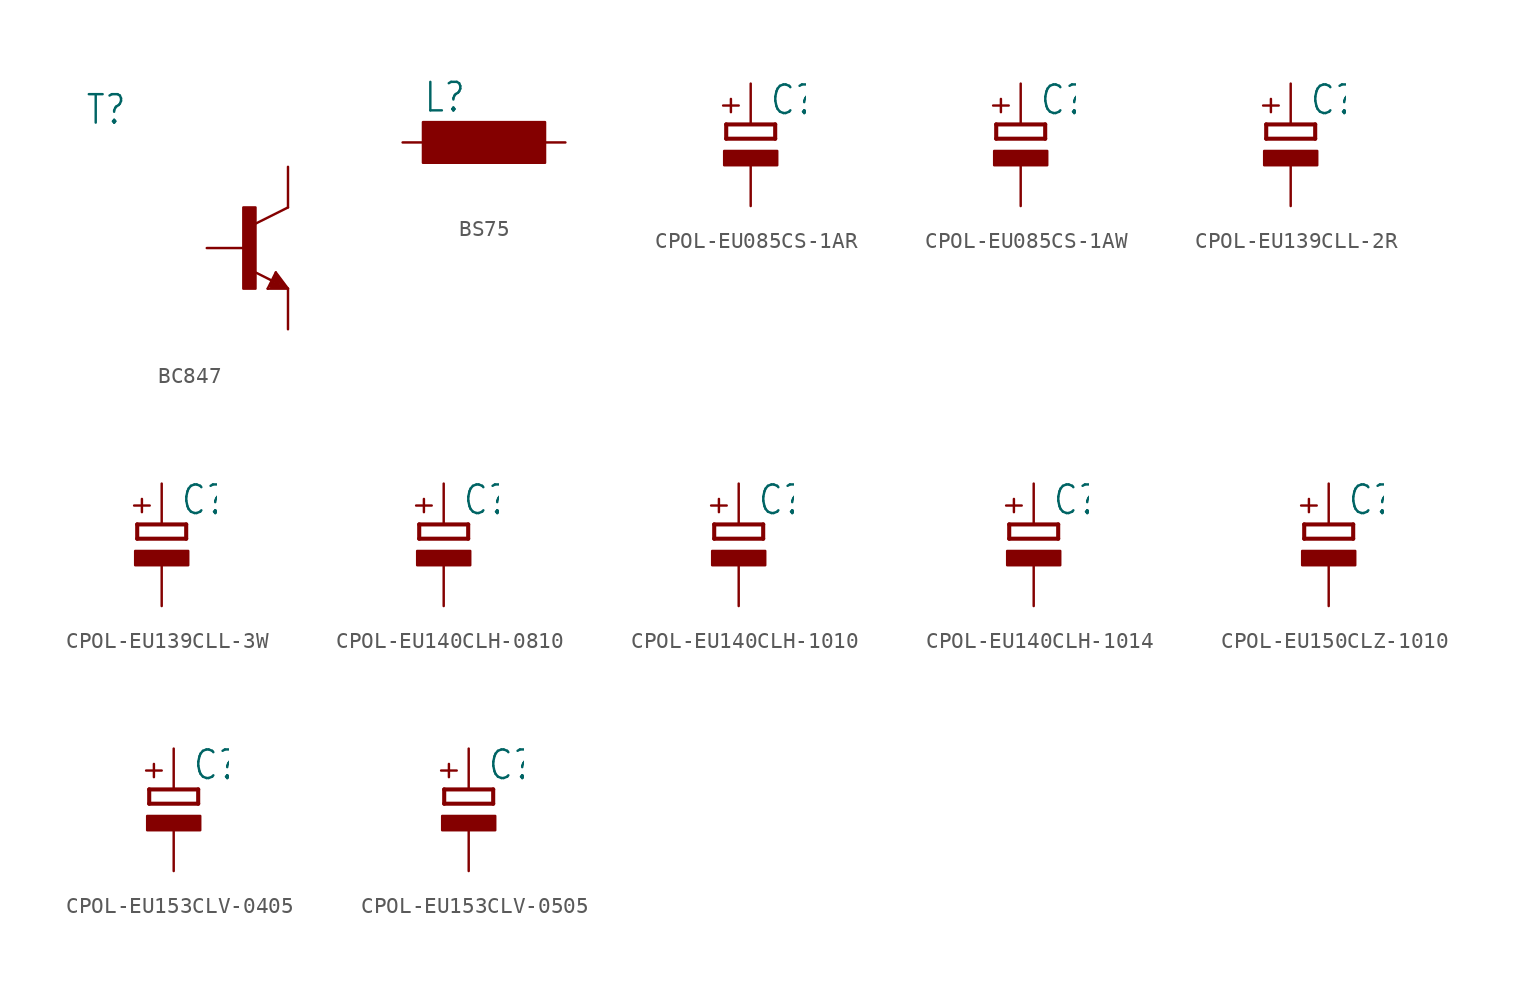
<source format=kicad_sym>
(kicad_symbol_lib
  (version 20231120)
  (generator "kicad_symbol_editor")
  (generator_version "8.99")
  (symbol "BC847"
    (property "Reference" "T"
      (at -10.16 7.62 0)
      (effects (font (size 1.778 1.511)) (justify left bottom)))
    (property "Value" ""
      (at -10.16 5.08 0)
      (effects (font (size 1.778 1.511)) (justify left bottom)))
    (property "ki_locked" ""
      (at 0 0 0)
      (effects (font (size 1.27 1.27))))
    (symbol "BC847_1_0"
      (rectangle (start -0.254 -2.54) (end 0.508 2.54) (stroke (width 0) (type default)) (fill (type outline)))
      (polyline (pts (xy 1.27 -2.54) (xy 1.778 -1.524)) (stroke (width 0.152) (type solid)) (fill (type none)))
      (polyline (pts (xy 1.524 -2.286) (xy 1.905 -2.286)) (stroke (width 0.254) (type solid)) (fill (type none)))
      (polyline (pts (xy 1.524 -2.413) (xy 2.286 -2.413)) (stroke (width 0.254) (type solid)) (fill (type none)))
      (polyline (pts (xy 1.54 -2.04) (xy 0.308 -1.424)) (stroke (width 0.152) (type solid)) (fill (type none)))
      (polyline (pts (xy 1.778 -1.524) (xy 2.54 -2.54)) (stroke (width 0.152) (type solid)) (fill (type none)))
      (polyline (pts (xy 1.778 -1.778) (xy 1.524 -2.286)) (stroke (width 0.254) (type solid)) (fill (type none)))
      (polyline (pts (xy 1.905 -2.286) (xy 1.778 -2.032)) (stroke (width 0.254) (type solid)) (fill (type none)))
      (polyline (pts (xy 2.286 -2.413) (xy 1.778 -1.778)) (stroke (width 0.254) (type solid)) (fill (type none)))
      (polyline (pts (xy 2.54 2.54) (xy 0.508 1.524)) (stroke (width 0.152) (type solid)) (fill (type none)))
      (polyline (pts (xy 2.54 -2.54) (xy 1.27 -2.54)) (stroke (width 0.152) (type solid)) (fill (type none)))
      (pin passive line (at -2.54 0 0) (length 2.54) (name "B" (effects (font (size 0 0)))) (number "1" (effects (font (size 0 0)))))
      (pin passive line (at 2.54 5.08 270) (length 2.54) (name "C" (effects (font (size 0 0)))) (number "3" (effects (font (size 0 0)))))
      (pin passive line (at 2.54 -5.08 90) (length 2.54) (name "E" (effects (font (size 0 0)))) (number "2" (effects (font (size 0 0)))))))
  (symbol "BS75"
    (property "Reference" "L"
      (at -3.81 1.778 0)
      (effects (font (size 1.778 1.511)) (justify left bottom)))
    (property "Value" ""
      (at -3.81 -3.556 0)
      (effects (font (size 1.778 1.511)) (justify left bottom)))
    (property "ki_locked" ""
      (at 0 0 0)
      (effects (font (size 1.27 1.27))))
    (symbol "BS75_1_0"
      (rectangle (start -3.81 -1.27) (end 3.81 1.27) (stroke (width 0) (type default)) (fill (type outline)))
      (pin passive line (at -5.08 0 0) (length 2.54) (name "1" (effects (font (size 0 0)))) (number "1" (effects (font (size 0 0)))))
      (pin passive line (at 5.08 0 180) (length 2.54) (name "2" (effects (font (size 0 0)))) (number "2" (effects (font (size 0 0)))))))
  (symbol "CPOL-EU085CS-1AR"
    (property "Reference" "C"
      (at 1.143 0.483 0)
      (effects (font (size 1.778 1.511)) (justify left bottom)))
    (property "Value" ""
      (at 1.143 -4.597 0)
      (effects (font (size 1.778 1.511)) (justify left bottom)))
    (property "ki_locked" ""
      (at 0 0 0)
      (effects (font (size 1.27 1.27))))
    (symbol "CPOL-EU085CS-1AR_1_0"
      (rectangle (start -1.651 -2.54) (end 1.651 -1.651) (stroke (width 0) (type default)) (fill (type outline)))
      (polyline (pts (xy -1.524 0) (xy 1.524 0)) (stroke (width 0.254) (type solid)) (fill (type none)))
      (polyline (pts (xy -1.524 0) (xy -1.524 -0.889)) (stroke (width 0.254) (type solid)) (fill (type none)))
      (polyline (pts (xy -1.524 -0.889) (xy 1.524 -0.889)) (stroke (width 0.254) (type solid)) (fill (type none)))
      (polyline (pts (xy 1.524 -0.889) (xy 1.524 0)) (stroke (width 0.254) (type solid)) (fill (type none)))
      (text "+" (at -0.584 0.406 900) (effects (font (size 1.27 1.079)) (justify left bottom)))
      (pin passive line (at 0 2.54 270) (length 2.54) (name "+" (effects (font (size 0 0)))) (number "+" (effects (font (size 0 0)))))
      (pin passive line (at 0 -5.08 90) (length 2.54) (name "-" (effects (font (size 0 0)))) (number "-" (effects (font (size 0 0)))))))
  (symbol "CPOL-EU085CS-1AW"
    (property "Reference" "C"
      (at 1.143 0.483 0)
      (effects (font (size 1.778 1.511)) (justify left bottom)))
    (property "Value" ""
      (at 1.143 -4.597 0)
      (effects (font (size 1.778 1.511)) (justify left bottom)))
    (property "ki_locked" ""
      (at 0 0 0)
      (effects (font (size 1.27 1.27))))
    (symbol "CPOL-EU085CS-1AW_1_0"
      (rectangle (start -1.651 -2.54) (end 1.651 -1.651) (stroke (width 0) (type default)) (fill (type outline)))
      (polyline (pts (xy -1.524 0) (xy 1.524 0)) (stroke (width 0.254) (type solid)) (fill (type none)))
      (polyline (pts (xy -1.524 0) (xy -1.524 -0.889)) (stroke (width 0.254) (type solid)) (fill (type none)))
      (polyline (pts (xy -1.524 -0.889) (xy 1.524 -0.889)) (stroke (width 0.254) (type solid)) (fill (type none)))
      (polyline (pts (xy 1.524 -0.889) (xy 1.524 0)) (stroke (width 0.254) (type solid)) (fill (type none)))
      (text "+" (at -0.584 0.406 900) (effects (font (size 1.27 1.079)) (justify left bottom)))
      (pin passive line (at 0 2.54 270) (length 2.54) (name "+" (effects (font (size 0 0)))) (number "+" (effects (font (size 0 0)))))
      (pin passive line (at 0 -5.08 90) (length 2.54) (name "-" (effects (font (size 0 0)))) (number "-" (effects (font (size 0 0)))))))
  (symbol "CPOL-EU139CLL-2R"
    (property "Reference" "C"
      (at 1.143 0.483 0)
      (effects (font (size 1.778 1.511)) (justify left bottom)))
    (property "Value" ""
      (at 1.143 -4.597 0)
      (effects (font (size 1.778 1.511)) (justify left bottom)))
    (property "ki_locked" ""
      (at 0 0 0)
      (effects (font (size 1.27 1.27))))
    (symbol "CPOL-EU139CLL-2R_1_0"
      (rectangle (start -1.651 -2.54) (end 1.651 -1.651) (stroke (width 0) (type default)) (fill (type outline)))
      (polyline (pts (xy -1.524 0) (xy 1.524 0)) (stroke (width 0.254) (type solid)) (fill (type none)))
      (polyline (pts (xy -1.524 0) (xy -1.524 -0.889)) (stroke (width 0.254) (type solid)) (fill (type none)))
      (polyline (pts (xy -1.524 -0.889) (xy 1.524 -0.889)) (stroke (width 0.254) (type solid)) (fill (type none)))
      (polyline (pts (xy 1.524 -0.889) (xy 1.524 0)) (stroke (width 0.254) (type solid)) (fill (type none)))
      (text "+" (at -0.584 0.406 900) (effects (font (size 1.27 1.079)) (justify left bottom)))
      (pin passive line (at 0 2.54 270) (length 2.54) (name "+" (effects (font (size 0 0)))) (number "+" (effects (font (size 0 0)))))
      (pin passive line (at 0 -5.08 90) (length 2.54) (name "-" (effects (font (size 0 0)))) (number "-" (effects (font (size 0 0)))))))
  (symbol "CPOL-EU139CLL-3W"
    (property "Reference" "C"
      (at 1.143 0.483 0)
      (effects (font (size 1.778 1.511)) (justify left bottom)))
    (property "Value" ""
      (at 1.143 -4.597 0)
      (effects (font (size 1.778 1.511)) (justify left bottom)))
    (property "ki_locked" ""
      (at 0 0 0)
      (effects (font (size 1.27 1.27))))
    (symbol "CPOL-EU139CLL-3W_1_0"
      (rectangle (start -1.651 -2.54) (end 1.651 -1.651) (stroke (width 0) (type default)) (fill (type outline)))
      (polyline (pts (xy -1.524 0) (xy 1.524 0)) (stroke (width 0.254) (type solid)) (fill (type none)))
      (polyline (pts (xy -1.524 0) (xy -1.524 -0.889)) (stroke (width 0.254) (type solid)) (fill (type none)))
      (polyline (pts (xy -1.524 -0.889) (xy 1.524 -0.889)) (stroke (width 0.254) (type solid)) (fill (type none)))
      (polyline (pts (xy 1.524 -0.889) (xy 1.524 0)) (stroke (width 0.254) (type solid)) (fill (type none)))
      (text "+" (at -0.584 0.406 900) (effects (font (size 1.27 1.079)) (justify left bottom)))
      (pin passive line (at 0 2.54 270) (length 2.54) (name "+" (effects (font (size 0 0)))) (number "+" (effects (font (size 0 0)))))
      (pin passive line (at 0 -5.08 90) (length 2.54) (name "-" (effects (font (size 0 0)))) (number "-" (effects (font (size 0 0)))))))
  (symbol "CPOL-EU140CLH-0810"
    (property "Reference" "C"
      (at 1.143 0.483 0)
      (effects (font (size 1.778 1.511)) (justify left bottom)))
    (property "Value" ""
      (at 1.143 -4.597 0)
      (effects (font (size 1.778 1.511)) (justify left bottom)))
    (property "ki_locked" ""
      (at 0 0 0)
      (effects (font (size 1.27 1.27))))
    (symbol "CPOL-EU140CLH-0810_1_0"
      (rectangle (start -1.651 -2.54) (end 1.651 -1.651) (stroke (width 0) (type default)) (fill (type outline)))
      (polyline (pts (xy -1.524 0) (xy 1.524 0)) (stroke (width 0.254) (type solid)) (fill (type none)))
      (polyline (pts (xy -1.524 0) (xy -1.524 -0.889)) (stroke (width 0.254) (type solid)) (fill (type none)))
      (polyline (pts (xy -1.524 -0.889) (xy 1.524 -0.889)) (stroke (width 0.254) (type solid)) (fill (type none)))
      (polyline (pts (xy 1.524 -0.889) (xy 1.524 0)) (stroke (width 0.254) (type solid)) (fill (type none)))
      (text "+" (at -0.584 0.406 900) (effects (font (size 1.27 1.079)) (justify left bottom)))
      (pin passive line (at 0 2.54 270) (length 2.54) (name "+" (effects (font (size 0 0)))) (number "+" (effects (font (size 0 0)))))
      (pin passive line (at 0 -5.08 90) (length 2.54) (name "-" (effects (font (size 0 0)))) (number "-" (effects (font (size 0 0)))))))
  (symbol "CPOL-EU140CLH-1010"
    (property "Reference" "C"
      (at 1.143 0.483 0)
      (effects (font (size 1.778 1.511)) (justify left bottom)))
    (property "Value" ""
      (at 1.143 -4.597 0)
      (effects (font (size 1.778 1.511)) (justify left bottom)))
    (property "ki_locked" ""
      (at 0 0 0)
      (effects (font (size 1.27 1.27))))
    (symbol "CPOL-EU140CLH-1010_1_0"
      (rectangle (start -1.651 -2.54) (end 1.651 -1.651) (stroke (width 0) (type default)) (fill (type outline)))
      (polyline (pts (xy -1.524 0) (xy 1.524 0)) (stroke (width 0.254) (type solid)) (fill (type none)))
      (polyline (pts (xy -1.524 0) (xy -1.524 -0.889)) (stroke (width 0.254) (type solid)) (fill (type none)))
      (polyline (pts (xy -1.524 -0.889) (xy 1.524 -0.889)) (stroke (width 0.254) (type solid)) (fill (type none)))
      (polyline (pts (xy 1.524 -0.889) (xy 1.524 0)) (stroke (width 0.254) (type solid)) (fill (type none)))
      (text "+" (at -0.584 0.406 900) (effects (font (size 1.27 1.079)) (justify left bottom)))
      (pin passive line (at 0 2.54 270) (length 2.54) (name "+" (effects (font (size 0 0)))) (number "+" (effects (font (size 0 0)))))
      (pin passive line (at 0 -5.08 90) (length 2.54) (name "-" (effects (font (size 0 0)))) (number "-" (effects (font (size 0 0)))))))
  (symbol "CPOL-EU140CLH-1014"
    (property "Reference" "C"
      (at 1.143 0.483 0)
      (effects (font (size 1.778 1.511)) (justify left bottom)))
    (property "Value" ""
      (at 1.143 -4.597 0)
      (effects (font (size 1.778 1.511)) (justify left bottom)))
    (property "ki_locked" ""
      (at 0 0 0)
      (effects (font (size 1.27 1.27))))
    (symbol "CPOL-EU140CLH-1014_1_0"
      (rectangle (start -1.651 -2.54) (end 1.651 -1.651) (stroke (width 0) (type default)) (fill (type outline)))
      (polyline (pts (xy -1.524 0) (xy 1.524 0)) (stroke (width 0.254) (type solid)) (fill (type none)))
      (polyline (pts (xy -1.524 0) (xy -1.524 -0.889)) (stroke (width 0.254) (type solid)) (fill (type none)))
      (polyline (pts (xy -1.524 -0.889) (xy 1.524 -0.889)) (stroke (width 0.254) (type solid)) (fill (type none)))
      (polyline (pts (xy 1.524 -0.889) (xy 1.524 0)) (stroke (width 0.254) (type solid)) (fill (type none)))
      (text "+" (at -0.584 0.406 900) (effects (font (size 1.27 1.079)) (justify left bottom)))
      (pin passive line (at 0 2.54 270) (length 2.54) (name "+" (effects (font (size 0 0)))) (number "+" (effects (font (size 0 0)))))
      (pin passive line (at 0 -5.08 90) (length 2.54) (name "-" (effects (font (size 0 0)))) (number "-" (effects (font (size 0 0)))))))
  (symbol "CPOL-EU150CLZ-1010"
    (property "Reference" "C"
      (at 1.143 0.483 0)
      (effects (font (size 1.778 1.511)) (justify left bottom)))
    (property "Value" ""
      (at 1.143 -4.597 0)
      (effects (font (size 1.778 1.511)) (justify left bottom)))
    (property "ki_locked" ""
      (at 0 0 0)
      (effects (font (size 1.27 1.27))))
    (symbol "CPOL-EU150CLZ-1010_1_0"
      (rectangle (start -1.651 -2.54) (end 1.651 -1.651) (stroke (width 0) (type default)) (fill (type outline)))
      (polyline (pts (xy -1.524 0) (xy 1.524 0)) (stroke (width 0.254) (type solid)) (fill (type none)))
      (polyline (pts (xy -1.524 0) (xy -1.524 -0.889)) (stroke (width 0.254) (type solid)) (fill (type none)))
      (polyline (pts (xy -1.524 -0.889) (xy 1.524 -0.889)) (stroke (width 0.254) (type solid)) (fill (type none)))
      (polyline (pts (xy 1.524 -0.889) (xy 1.524 0)) (stroke (width 0.254) (type solid)) (fill (type none)))
      (text "+" (at -0.584 0.406 900) (effects (font (size 1.27 1.079)) (justify left bottom)))
      (pin passive line (at 0 2.54 270) (length 2.54) (name "+" (effects (font (size 0 0)))) (number "+" (effects (font (size 0 0)))))
      (pin passive line (at 0 -5.08 90) (length 2.54) (name "-" (effects (font (size 0 0)))) (number "-" (effects (font (size 0 0)))))))
  (symbol "CPOL-EU153CLV-0405"
    (property "Reference" "C"
      (at 1.143 0.483 0)
      (effects (font (size 1.778 1.511)) (justify left bottom)))
    (property "Value" ""
      (at 1.143 -4.597 0)
      (effects (font (size 1.778 1.511)) (justify left bottom)))
    (property "ki_locked" ""
      (at 0 0 0)
      (effects (font (size 1.27 1.27))))
    (symbol "CPOL-EU153CLV-0405_1_0"
      (rectangle (start -1.651 -2.54) (end 1.651 -1.651) (stroke (width 0) (type default)) (fill (type outline)))
      (polyline (pts (xy -1.524 0) (xy 1.524 0)) (stroke (width 0.254) (type solid)) (fill (type none)))
      (polyline (pts (xy -1.524 0) (xy -1.524 -0.889)) (stroke (width 0.254) (type solid)) (fill (type none)))
      (polyline (pts (xy -1.524 -0.889) (xy 1.524 -0.889)) (stroke (width 0.254) (type solid)) (fill (type none)))
      (polyline (pts (xy 1.524 -0.889) (xy 1.524 0)) (stroke (width 0.254) (type solid)) (fill (type none)))
      (text "+" (at -0.584 0.406 900) (effects (font (size 1.27 1.079)) (justify left bottom)))
      (pin passive line (at 0 2.54 270) (length 2.54) (name "+" (effects (font (size 0 0)))) (number "+" (effects (font (size 0 0)))))
      (pin passive line (at 0 -5.08 90) (length 2.54) (name "-" (effects (font (size 0 0)))) (number "-" (effects (font (size 0 0)))))))
  (symbol "CPOL-EU153CLV-0505"
    (property "Reference" "C"
      (at 1.143 0.483 0)
      (effects (font (size 1.778 1.511)) (justify left bottom)))
    (property "Value" ""
      (at 1.143 -4.597 0)
      (effects (font (size 1.778 1.511)) (justify left bottom)))
    (property "ki_locked" ""
      (at 0 0 0)
      (effects (font (size 1.27 1.27))))
    (symbol "CPOL-EU153CLV-0505_1_0"
      (rectangle (start -1.651 -2.54) (end 1.651 -1.651) (stroke (width 0) (type default)) (fill (type outline)))
      (polyline (pts (xy -1.524 0) (xy 1.524 0)) (stroke (width 0.254) (type solid)) (fill (type none)))
      (polyline (pts (xy -1.524 0) (xy -1.524 -0.889)) (stroke (width 0.254) (type solid)) (fill (type none)))
      (polyline (pts (xy -1.524 -0.889) (xy 1.524 -0.889)) (stroke (width 0.254) (type solid)) (fill (type none)))
      (polyline (pts (xy 1.524 -0.889) (xy 1.524 0)) (stroke (width 0.254) (type solid)) (fill (type none)))
      (text "+" (at -0.584 0.406 900) (effects (font (size 1.27 1.079)) (justify left bottom)))
      (pin passive line (at 0 2.54 270) (length 2.54) (name "+" (effects (font (size 0 0)))) (number "+" (effects (font (size 0 0)))))
      (pin passive line (at 0 -5.08 90) (length 2.54) (name "-" (effects (font (size 0 0)))) (number "-" (effects (font (size 0 0))))))))
</source>
